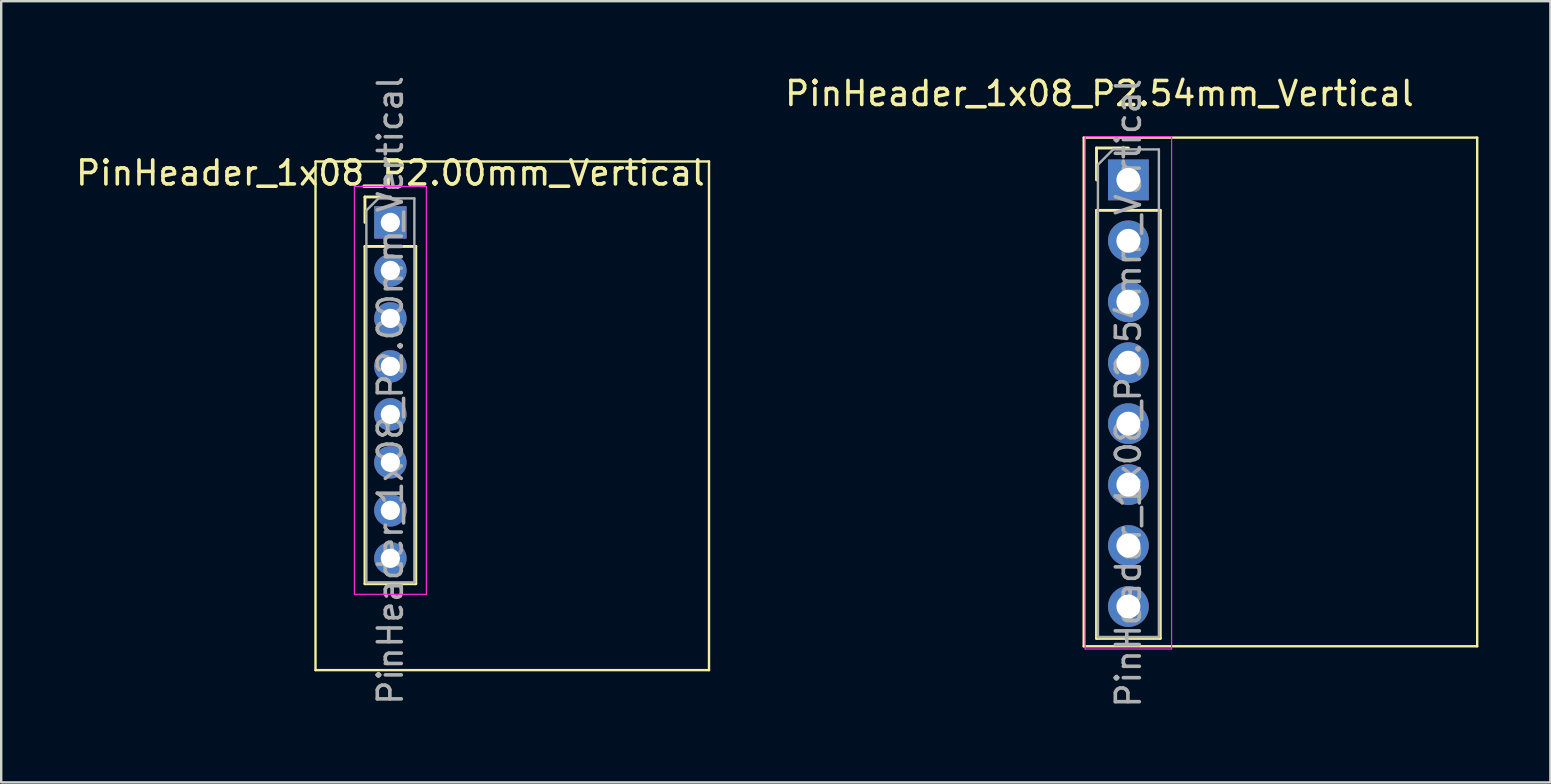
<source format=kicad_pcb>
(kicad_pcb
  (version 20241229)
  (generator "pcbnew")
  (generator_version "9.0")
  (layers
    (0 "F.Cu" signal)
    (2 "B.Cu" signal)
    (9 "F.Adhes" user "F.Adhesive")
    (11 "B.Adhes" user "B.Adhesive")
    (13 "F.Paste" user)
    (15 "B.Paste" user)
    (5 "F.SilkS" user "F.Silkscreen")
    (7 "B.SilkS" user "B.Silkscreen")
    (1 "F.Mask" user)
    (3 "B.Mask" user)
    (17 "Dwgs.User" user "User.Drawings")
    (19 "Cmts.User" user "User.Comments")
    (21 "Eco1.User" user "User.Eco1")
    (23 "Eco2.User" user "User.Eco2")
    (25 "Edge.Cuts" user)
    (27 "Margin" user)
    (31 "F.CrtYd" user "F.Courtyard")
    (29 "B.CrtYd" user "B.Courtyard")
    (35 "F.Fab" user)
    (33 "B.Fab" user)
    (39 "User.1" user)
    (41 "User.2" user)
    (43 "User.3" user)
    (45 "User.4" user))
  (footprint "PinHeader_1x08_P2.54mm_Vertical"
    (layer "F.Cu")
    (at 42.77 3.178)
    (property "Reference" "PinHeader_1x08_P2.54mm_Vertical" (at 0 -2.33 0) (layer "F.SilkS") (effects (font (size 1 1) (thickness 0.15))))
    (attr through_hole)
    (fp_line (start -0.653 -0.492) (end -0.653 20.708) (stroke (width 0.1) (type default)) (layer "F.SilkS"))
    (fp_line (start -0.653 -0.492) (end 15.747 -0.492) (stroke (width 0.1) (type default)) (layer "F.SilkS"))
    (fp_line (start -0.653 20.708) (end 15.747 20.708) (stroke (width 0.1) (type default)) (layer "F.SilkS"))
    (fp_line (start -0.12 -0.06) (end 1.21 -0.06) (stroke (width 0.12) (type solid)) (layer "F.SilkS"))
    (fp_line (start -0.12 1.27) (end -0.12 -0.06) (stroke (width 0.12) (type solid)) (layer "F.SilkS"))
    (fp_line (start -0.12 2.54) (end -0.12 20.38) (stroke (width 0.12) (type solid)) (layer "F.SilkS"))
    (fp_line (start -0.12 2.54) (end 2.54 2.54) (stroke (width 0.12) (type solid)) (layer "F.SilkS"))
    (fp_line (start -0.12 20.38) (end 2.54 20.38) (stroke (width 0.12) (type solid)) (layer "F.SilkS"))
    (fp_line (start 2.54 2.54) (end 2.54 20.38) (stroke (width 0.12) (type solid)) (layer "F.SilkS"))
    (fp_line (start 15.747 -0.492) (end 15.747 20.708) (stroke (width 0.1) (type default)) (layer "F.SilkS"))
    (fp_line (start -0.59 -0.53) (end -0.59 20.82) (stroke (width 0.05) (type solid)) (layer "F.CrtYd"))
    (fp_line (start -0.59 20.82) (end 3.01 20.82) (stroke (width 0.05) (type solid)) (layer "F.CrtYd"))
    (fp_line (start 3.01 -0.53) (end -0.59 -0.53) (stroke (width 0.05) (type solid)) (layer "F.CrtYd"))
    (fp_line (start 3.01 20.82) (end 3.01 -0.53) (stroke (width 0.05) (type solid)) (layer "F.CrtYd"))
    (fp_line (start -0.06 0.635) (end 0.575 0) (stroke (width 0.1) (type solid)) (layer "F.Fab"))
    (fp_line (start -0.06 20.32) (end -0.06 0.635) (stroke (width 0.1) (type solid)) (layer "F.Fab"))
    (fp_line (start 0.575 0) (end 2.48 0) (stroke (width 0.1) (type solid)) (layer "F.Fab"))
    (fp_line (start 2.48 0) (end 2.48 20.32) (stroke (width 0.1) (type solid)) (layer "F.Fab"))
    (fp_line (start 2.48 20.32) (end -0.06 20.32) (stroke (width 0.1) (type solid)) (layer "F.Fab"))
    (fp_text user "${REFERENCE}" (at 1.21 10.16 90) (layer "F.Fab") (effects (font (size 1 1) (thickness 0.15))))
    (pad "6" thru_hole oval (at 1.21 11.43) (size 1.7 1.7) (drill 1) (layers "*.Cu" "*.Mask"))
    (pad "7" thru_hole oval (at 1.21 13.97) (size 1.7 1.7) (drill 1) (layers "*.Cu" "*.Mask"))
    (pad "9" thru_hole oval (at 1.21 16.51) (size 1.7 1.7) (drill 1) (layers "*.Cu" "*.Mask"))
    (pad "12" thru_hole oval (at 1.21 19.05) (size 1.7 1.7) (drill 1) (layers "*.Cu" "*.Mask"))
    (pad "13" thru_hole rect (at 1.21 1.27) (size 1.7 1.7) (drill 1) (layers "*.Cu" "*.Mask"))
    (pad "18" thru_hole oval (at 1.21 3.81) (size 1.7 1.7) (drill 1) (layers "*.Cu" "*.Mask"))
    (pad "23" thru_hole oval (at 1.21 6.35) (size 1.7 1.7) (drill 1) (layers "*.Cu" "*.Mask"))
    (pad "24" thru_hole oval (at 1.21 8.89) (size 1.7 1.7) (drill 1) (layers "*.Cu" "*.Mask")))
  (footprint "PinHeader_1x08_P2.00mm_Vertical"
    (layer "F.Cu")
    (at 13.22 6.22)
    (property "Reference" "PinHeader_1x08_P2.00mm_Vertical" (at 0 -2.06 0) (layer "F.SilkS") (effects (font (size 1 1) (thickness 0.15))))
    (attr through_hole)
    (fp_line (start -3.12 -2.54) (end -3.12 18.66) (stroke (width 0.1) (type default)) (layer "F.SilkS"))
    (fp_line (start -3.12 -2.54) (end 13.28 -2.54) (stroke (width 0.1) (type default)) (layer "F.SilkS"))
    (fp_line (start -3.12 18.66) (end 13.28 18.66) (stroke (width 0.1) (type default)) (layer "F.SilkS"))
    (fp_line (start -1.06 -1.06) (end 0 -1.06) (stroke (width 0.12) (type solid)) (layer "F.SilkS"))
    (fp_line (start -1.06 0) (end -1.06 -1.06) (stroke (width 0.12) (type solid)) (layer "F.SilkS"))
    (fp_line (start -1.06 1) (end -1.06 15.06) (stroke (width 0.12) (type solid)) (layer "F.SilkS"))
    (fp_line (start -1.06 1) (end 1.06 1) (stroke (width 0.12) (type solid)) (layer "F.SilkS"))
    (fp_line (start -1.06 15.06) (end 1.06 15.06) (stroke (width 0.12) (type solid)) (layer "F.SilkS"))
    (fp_line (start 1.06 1) (end 1.06 15.06) (stroke (width 0.12) (type solid)) (layer "F.SilkS"))
    (fp_line (start 13.28 -2.54) (end 13.28 18.66) (stroke (width 0.1) (type default)) (layer "F.SilkS"))
    (fp_line (start -1.5 -1.5) (end -1.5 15.5) (stroke (width 0.05) (type solid)) (layer "F.CrtYd"))
    (fp_line (start -1.5 15.5) (end 1.5 15.5) (stroke (width 0.05) (type solid)) (layer "F.CrtYd"))
    (fp_line (start 1.5 -1.5) (end -1.5 -1.5) (stroke (width 0.05) (type solid)) (layer "F.CrtYd"))
    (fp_line (start 1.5 15.5) (end 1.5 -1.5) (stroke (width 0.05) (type solid)) (layer "F.CrtYd"))
    (fp_line (start -1 -0.5) (end -0.5 -1) (stroke (width 0.1) (type solid)) (layer "F.Fab"))
    (fp_line (start -1 15) (end -1 -0.5) (stroke (width 0.1) (type solid)) (layer "F.Fab"))
    (fp_line (start -0.5 -1) (end 1 -1) (stroke (width 0.1) (type solid)) (layer "F.Fab"))
    (fp_line (start 1 -1) (end 1 15) (stroke (width 0.1) (type solid)) (layer "F.Fab"))
    (fp_line (start 1 15) (end -1 15) (stroke (width 0.1) (type solid)) (layer "F.Fab"))
    (fp_text user "${REFERENCE}" (at 0 7 90) (layer "F.Fab") (effects (font (size 1 1) (thickness 0.15))))
    (pad "1" thru_hole rect (at 0 0) (size 1.35 1.35) (drill 0.8) (layers "*.Cu" "*.Mask"))
    (pad "2" thru_hole oval (at 0 2) (size 1.35 1.35) (drill 0.8) (layers "*.Cu" "*.Mask"))
    (pad "3" thru_hole oval (at 0 4) (size 1.35 1.35) (drill 0.8) (layers "*.Cu" "*.Mask"))
    (pad "4" thru_hole oval (at 0 6) (size 1.35 1.35) (drill 0.8) (layers "*.Cu" "*.Mask"))
    (pad "5" thru_hole oval (at 0 8) (size 1.35 1.35) (drill 0.8) (layers "*.Cu" "*.Mask"))
    (pad "6" thru_hole oval (at 0 10) (size 1.35 1.35) (drill 0.8) (layers "*.Cu" "*.Mask"))
    (pad "7" thru_hole oval (at 0 12) (size 1.35 1.35) (drill 0.8) (layers "*.Cu" "*.Mask"))
    (pad "8" thru_hole oval (at 0 14) (size 1.35 1.35) (drill 0.8) (layers "*.Cu" "*.Mask")))
  (gr_rect
    (start -3 -3)
    (end 61.568 29.558)
    (stroke (width 0.1) (type default))
    (fill no)
    (layer "Edge.Cuts")))
</source>
